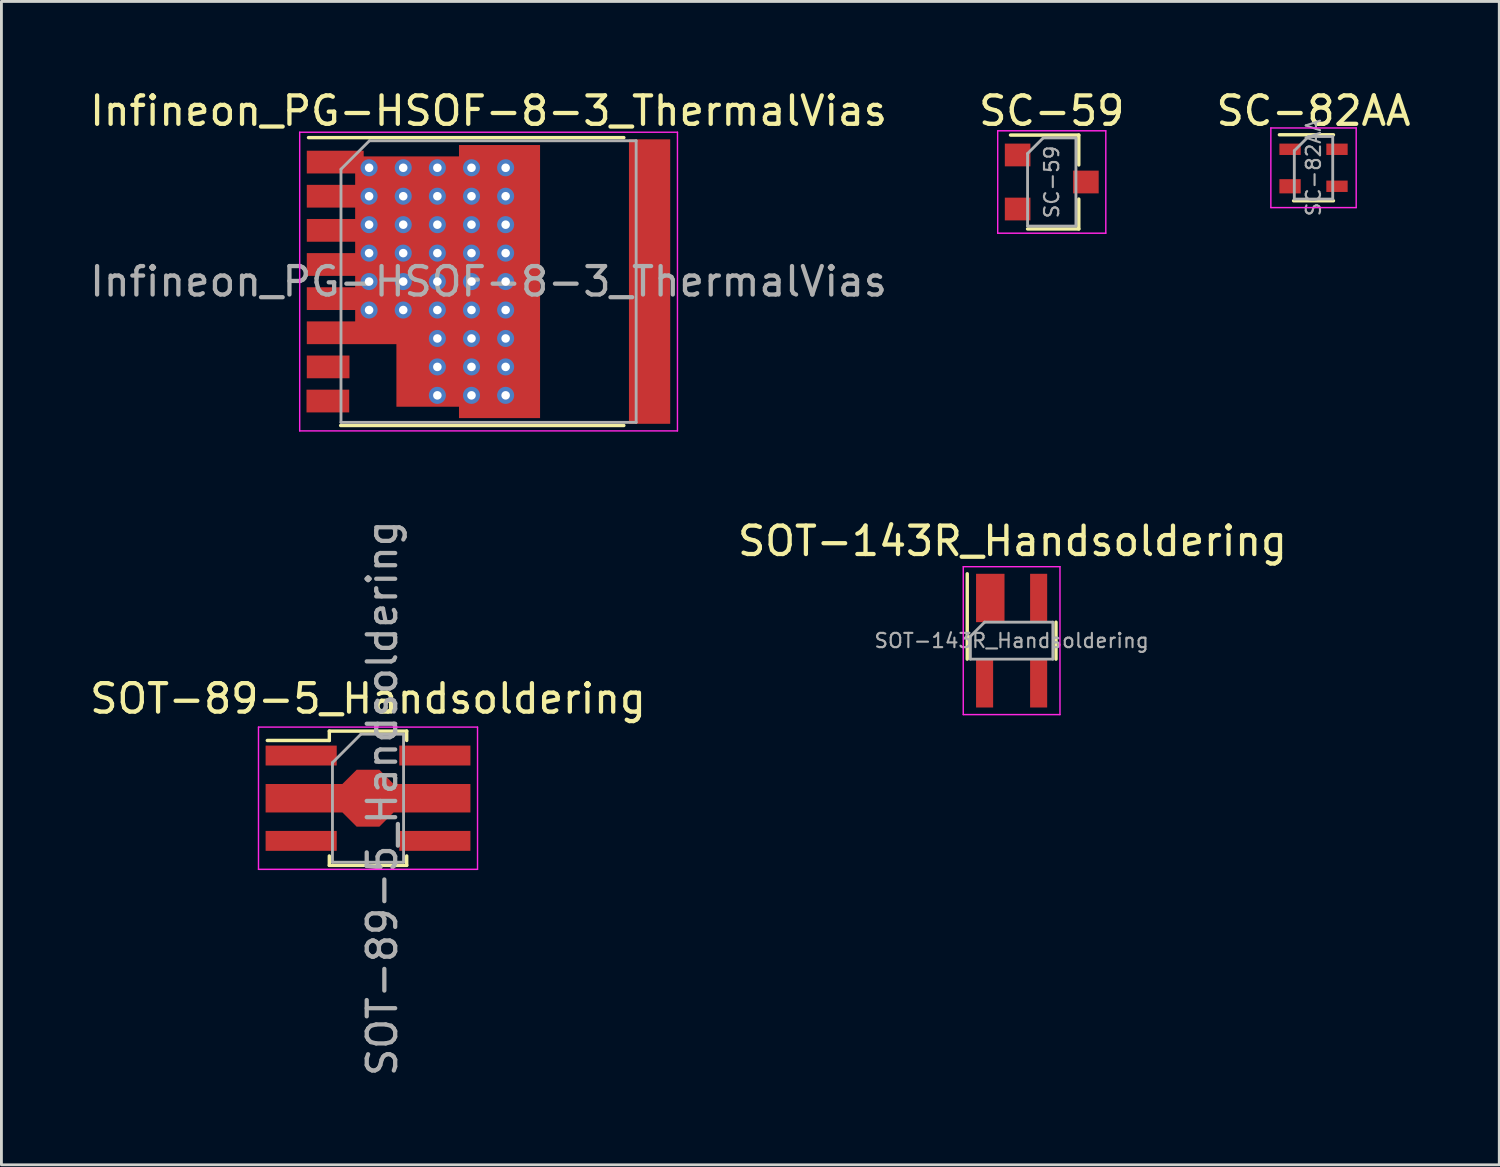
<source format=kicad_pcb>
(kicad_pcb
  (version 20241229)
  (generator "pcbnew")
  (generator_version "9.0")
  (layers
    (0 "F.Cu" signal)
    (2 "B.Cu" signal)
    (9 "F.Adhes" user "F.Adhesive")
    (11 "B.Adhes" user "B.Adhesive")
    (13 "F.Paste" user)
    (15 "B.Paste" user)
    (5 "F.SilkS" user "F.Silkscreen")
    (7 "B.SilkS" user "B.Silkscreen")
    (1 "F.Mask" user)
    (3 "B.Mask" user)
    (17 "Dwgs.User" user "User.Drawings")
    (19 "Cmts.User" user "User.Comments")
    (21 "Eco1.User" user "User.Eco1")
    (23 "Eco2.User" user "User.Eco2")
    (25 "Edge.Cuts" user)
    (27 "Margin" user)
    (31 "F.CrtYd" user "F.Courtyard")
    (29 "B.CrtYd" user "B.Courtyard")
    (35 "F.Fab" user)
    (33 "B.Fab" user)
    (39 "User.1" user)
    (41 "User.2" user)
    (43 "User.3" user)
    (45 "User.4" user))
  (footprint "SOT-143R_Handsoldering"
    (layer "F.Cu")
    (at 32.512 19.471)
    (property "Reference" "SOT-143R_Handsoldering" (at 0.03 -3.5 0) (layer "F.SilkS") (effects (font (size 1 1) (thickness 0.15))))
    (attr smd)
    (fp_line (start -1.56 -2.35) (end -1.56 0.65) (stroke (width 0.12) (type solid)) (layer "F.SilkS"))
    (fp_line (start 1.56 0.65) (end 1.56 -0.65) (stroke (width 0.12) (type solid)) (layer "F.SilkS"))
    (fp_line (start -1.7 -2.6) (end -1.7 2.6) (stroke (width 0.05) (type solid)) (layer "F.CrtYd"))
    (fp_line (start -1.7 -2.6) (end 1.7 -2.6) (stroke (width 0.05) (type solid)) (layer "F.CrtYd"))
    (fp_line (start 1.7 2.6) (end -1.7 2.6) (stroke (width 0.05) (type solid)) (layer "F.CrtYd"))
    (fp_line (start 1.7 2.6) (end 1.7 -2.6) (stroke (width 0.05) (type solid)) (layer "F.CrtYd"))
    (fp_line (start -1.45 -0.15) (end -1.45 0.65) (stroke (width 0.1) (type solid)) (layer "F.Fab"))
    (fp_line (start -1.45 -0.15) (end -0.95 -0.65) (stroke (width 0.1) (type solid)) (layer "F.Fab"))
    (fp_line (start -0.95 -0.65) (end 1.45 -0.65) (stroke (width 0.1) (type solid)) (layer "F.Fab"))
    (fp_line (start 1.45 -0.65) (end 1.45 0.65) (stroke (width 0.1) (type solid)) (layer "F.Fab"))
    (fp_line (start 1.45 0.65) (end -1.45 0.65) (stroke (width 0.1) (type solid)) (layer "F.Fab"))
    (fp_text user "${REFERENCE}" (at 0 0 0) (layer "F.Fab") (effects (font (size 0.5 0.5) (thickness 0.075))))
    (pad "1" smd rect (at -0.75 -1.5 90) (size 1.7 1) (layers "F.Cu" "F.Mask" "F.Paste"))
    (pad "2" smd rect (at 0.95 -1.5 90) (size 1.7 0.6) (layers "F.Cu" "F.Mask" "F.Paste"))
    (pad "3" smd rect (at 0.95 1.5 90) (size 1.7 0.6) (layers "F.Cu" "F.Mask" "F.Paste"))
    (pad "4" smd rect (at -0.95 1.5 90) (size 1.7 0.6) (layers "F.Cu" "F.Mask" "F.Paste")))
  (footprint "SOT-89-5_Handsoldering"
    (layer "F.Cu")
    (at 9.887 25.01)
    (property "Reference" "SOT-89-5_Handsoldering" (at 0 -3.5 0) (layer "F.SilkS") (effects (font (size 1 1) (thickness 0.15))))
    (attr smd)
    (fp_line (start -3.54 -2.03) (end -1.36 -2.03) (stroke (width 0.12) (type solid)) (layer "F.SilkS"))
    (fp_line (start -1.36 -2.36) (end -1.36 -2.03) (stroke (width 0.12) (type solid)) (layer "F.SilkS"))
    (fp_line (start -1.36 -2.36) (end 1.36 -2.36) (stroke (width 0.12) (type solid)) (layer "F.SilkS"))
    (fp_line (start -1.36 2.36) (end -1.36 2.03) (stroke (width 0.12) (type solid)) (layer "F.SilkS"))
    (fp_line (start 1.36 -2.36) (end 1.36 -2.03) (stroke (width 0.12) (type solid)) (layer "F.SilkS"))
    (fp_line (start 1.36 2.03) (end 1.36 2.36) (stroke (width 0.12) (type solid)) (layer "F.SilkS"))
    (fp_line (start 1.36 2.36) (end -1.36 2.36) (stroke (width 0.12) (type solid)) (layer "F.SilkS"))
    (fp_line (start -3.85 2.5) (end -3.85 -2.5) (stroke (width 0.05) (type solid)) (layer "F.CrtYd"))
    (fp_line (start -3.85 2.5) (end 3.85 2.5) (stroke (width 0.05) (type solid)) (layer "F.CrtYd"))
    (fp_line (start 3.85 -2.5) (end -3.85 -2.5) (stroke (width 0.05) (type solid)) (layer "F.CrtYd"))
    (fp_line (start 3.85 -2.5) (end 3.85 2.5) (stroke (width 0.05) (type solid)) (layer "F.CrtYd"))
    (fp_line (start -1.25 -1.25) (end -0.25 -2.25) (stroke (width 0.1) (type solid)) (layer "F.Fab"))
    (fp_line (start -1.25 2.25) (end -1.25 -1.25) (stroke (width 0.1) (type solid)) (layer "F.Fab"))
    (fp_line (start -0.25 -2.25) (end 1.25 -2.25) (stroke (width 0.1) (type solid)) (layer "F.Fab"))
    (fp_line (start 1.25 -2.25) (end 1.25 2.25) (stroke (width 0.1) (type solid)) (layer "F.Fab"))
    (fp_line (start 1.25 2.25) (end -1.25 2.25) (stroke (width 0.1) (type solid)) (layer "F.Fab"))
    (fp_text user "${REFERENCE}" (at 0.5 0 90) (layer "F.Fab") (effects (font (size 1 1) (thickness 0.15))))
    (pad "1" smd rect (at -2.35 -1.5) (size 2.5 0.7) (layers "F.Cu" "F.Mask" "F.Paste"))
    (pad "2" smd custom (at 0 0) (size 0.8 2) (layers "F.Cu" "F.Mask" "F.Paste") (options (anchor rect)) (primitives (gr_poly (pts (xy 0.9 -0.5) (xy 3.6 -0.5) (xy 3.6 0.5) (xy 0.9 0.5) (xy 0.4 1) (xy -0.4 1) (xy -0.9 0.5) (xy -3.6 0.5) (xy -3.6 -0.5) (xy -0.9 -0.5) (xy -0.4 -1) (xy 0.4 -1)) (width 0) (fill yes))))
    (pad "3" smd rect (at -2.35 1.5) (size 2.5 0.7) (layers "F.Cu" "F.Mask" "F.Paste"))
    (pad "4" smd rect (at 2.35 1.5) (size 2.5 0.7) (layers "F.Cu" "F.Mask" "F.Paste"))
    (pad "5" smd rect (at 2.35 -1.5) (size 2.5 0.7) (layers "F.Cu" "F.Mask" "F.Paste")))
  (footprint "Infineon_PG-HSOF-8-3_ThermalVias"
    (layer "F.Cu")
    (at 14.125 6.848)
    (property "Reference" "Infineon_PG-HSOF-8-3_ThermalVias" (at 0 -6 0) (layer "F.SilkS") (effects (font (size 1 1) (thickness 0.15))))
    (attr smd)
    (fp_line (start -5.2 5.06) (end 4.755 5.06) (stroke (width 0.12) (type solid)) (layer "F.SilkS"))
    (fp_line (start 4.755 -5.06) (end -6.33 -5.06) (stroke (width 0.12) (type solid)) (layer "F.SilkS"))
    (fp_line (start -6.64 5.25) (end -6.64 -5.25) (stroke (width 0.05) (type solid)) (layer "F.CrtYd"))
    (fp_line (start -6.64 5.25) (end 6.64 5.25) (stroke (width 0.05) (type solid)) (layer "F.CrtYd"))
    (fp_line (start 6.64 -5.25) (end -6.64 -5.25) (stroke (width 0.05) (type solid)) (layer "F.CrtYd"))
    (fp_line (start 6.64 -5.25) (end 6.64 5.25) (stroke (width 0.05) (type solid)) (layer "F.CrtYd"))
    (fp_line (start -5.188 4.95) (end -5.188 -3.95) (stroke (width 0.1) (type solid)) (layer "F.Fab"))
    (fp_line (start -4.188 -4.95) (end -5.188 -3.95) (stroke (width 0.1) (type solid)) (layer "F.Fab"))
    (fp_line (start -4.188 -4.95) (end 5.188 -4.95) (stroke (width 0.1) (type solid)) (layer "F.Fab"))
    (fp_line (start 5.188 -4.95) (end 5.188 4.95) (stroke (width 0.1) (type solid)) (layer "F.Fab"))
    (fp_line (start 5.188 4.95) (end -5.188 4.95) (stroke (width 0.1) (type solid)) (layer "F.Fab"))
    (fp_text user "${REFERENCE}" (at 0 0 0) (layer "F.Fab") (effects (font (size 1 1) (thickness 0.15))))
    (pad "" smd rect (at -5.44 -4.2) (size 1.8 0.8) (layers "F.Paste"))
    (pad "" smd rect (at -5.44 -3) (size 1.8 0.8) (layers "F.Paste"))
    (pad "" smd rect (at -5.44 -1.8) (size 1.8 0.8) (layers "F.Paste"))
    (pad "" smd rect (at -5.44 -0.6) (size 1.8 0.8) (layers "F.Paste"))
    (pad "" smd rect (at -5.44 0.6) (size 1.8 0.8) (layers "F.Paste"))
    (pad "" smd rect (at -5.44 1.8) (size 1.8 0.8) (layers "F.Paste"))
    (pad "" smd rect (at -3.6 -2.25) (size 0.8 4.1) (layers "F.Paste"))
    (pad "" smd rect (at -3.6 1.15) (size 0.8 1.9) (layers "F.Paste"))
    (pad "" smd rect (at -2.4 -2.25) (size 0.8 4.1) (layers "F.Paste"))
    (pad "" smd rect (at -2.4 2.25) (size 0.8 4.1) (layers "F.Paste"))
    (pad "" smd rect (at -1.2 -2.25) (size 0.8 4.1) (layers "F.Paste"))
    (pad "" smd rect (at -1.2 2.25) (size 0.8 4.1) (layers "F.Paste"))
    (pad "" smd rect (at 0 -2.45) (size 0.8 4.5) (layers "F.Paste"))
    (pad "" smd rect (at 0 2.45) (size 0.8 4.5) (layers "F.Paste"))
    (pad "" smd rect (at 1.26 -2.45) (size 0.8 4.5) (layers "F.Paste"))
    (pad "" smd rect (at 1.26 2.45) (size 0.8 4.5) (layers "F.Paste"))
    (pad "" smd rect (at 5.65 -4) (size 1.35 1.5) (layers "F.Paste"))
    (pad "" smd rect (at 5.65 4) (size 1.35 1.5) (layers "F.Paste"))
    (pad "" smd rect (at 5.66 -2) (size 1.35 1.5) (layers "F.Paste"))
    (pad "" smd rect (at 5.66 0) (size 1.35 1.5) (layers "F.Paste"))
    (pad "" smd rect (at 5.66 2) (size 1.35 1.5) (layers "F.Paste"))
    (pad "1" thru_hole circle (at -4.2 -4) (size 0.6 0.6) (drill 0.3) (layers "*.Cu"))
    (pad "1" thru_hole circle (at -4.2 -3) (size 0.6 0.6) (drill 0.3) (layers "*.Cu"))
    (pad "1" thru_hole circle (at -4.2 -2) (size 0.6 0.6) (drill 0.3) (layers "*.Cu"))
    (pad "1" thru_hole circle (at -4.2 -1) (size 0.6 0.6) (drill 0.3) (layers "*.Cu"))
    (pad "1" thru_hole circle (at -4.2 0) (size 0.6 0.6) (drill 0.3) (layers "*.Cu"))
    (pad "1" thru_hole circle (at -4.2 1) (size 0.6 0.6) (drill 0.3) (layers "*.Cu"))
    (pad "1" thru_hole circle (at -3 -4) (size 0.6 0.6) (drill 0.3) (layers "*.Cu"))
    (pad "1" thru_hole circle (at -3 -3) (size 0.6 0.6) (drill 0.3) (layers "*.Cu"))
    (pad "1" thru_hole circle (at -3 -2) (size 0.6 0.6) (drill 0.3) (layers "*.Cu"))
    (pad "1" thru_hole circle (at -3 -1) (size 0.6 0.6) (drill 0.3) (layers "*.Cu"))
    (pad "1" thru_hole circle (at -3 0) (size 0.6 0.6) (drill 0.3) (layers "*.Cu"))
    (pad "1" thru_hole circle (at -3 1) (size 0.6 0.6) (drill 0.3) (layers "*.Cu"))
    (pad "1" thru_hole circle (at -1.8 -4) (size 0.6 0.6) (drill 0.3) (layers "*.Cu"))
    (pad "1" thru_hole circle (at -1.8 -3) (size 0.6 0.6) (drill 0.3) (layers "*.Cu"))
    (pad "1" thru_hole circle (at -1.8 -2) (size 0.6 0.6) (drill 0.3) (layers "*.Cu"))
    (pad "1" thru_hole circle (at -1.8 -1) (size 0.6 0.6) (drill 0.3) (layers "*.Cu"))
    (pad "1" thru_hole circle (at -1.8 0) (size 0.6 0.6) (drill 0.3) (layers "*.Cu"))
    (pad "1" thru_hole circle (at -1.8 1) (size 0.6 0.6) (drill 0.3) (layers "*.Cu"))
    (pad "1" thru_hole circle (at -1.8 2) (size 0.6 0.6) (drill 0.3) (layers "*.Cu"))
    (pad "1" thru_hole circle (at -1.8 3) (size 0.6 0.6) (drill 0.3) (layers "*.Cu"))
    (pad "1" thru_hole circle (at -1.8 4) (size 0.6 0.6) (drill 0.3) (layers "*.Cu"))
    (pad "1" thru_hole circle (at -0.6 -4) (size 0.6 0.6) (drill 0.3) (layers "*.Cu"))
    (pad "1" thru_hole circle (at -0.6 -3) (size 0.6 0.6) (drill 0.3) (layers "*.Cu"))
    (pad "1" thru_hole circle (at -0.6 -2) (size 0.6 0.6) (drill 0.3) (layers "*.Cu"))
    (pad "1" thru_hole circle (at -0.6 -1) (size 0.6 0.6) (drill 0.3) (layers "*.Cu"))
    (pad "1" thru_hole circle (at -0.6 0) (size 0.6 0.6) (drill 0.3) (layers "*.Cu"))
    (pad "1" thru_hole circle (at -0.6 1) (size 0.6 0.6) (drill 0.3) (layers "*.Cu"))
    (pad "1" thru_hole circle (at -0.6 2) (size 0.6 0.6) (drill 0.3) (layers "*.Cu"))
    (pad "1" thru_hole circle (at -0.6 3) (size 0.6 0.6) (drill 0.3) (layers "*.Cu"))
    (pad "1" thru_hole circle (at -0.6 4) (size 0.6 0.6) (drill 0.3) (layers "*.Cu"))
    (pad "1" smd custom (at 0.385 0) (size 2.85 9.6) (layers "F.Cu" "F.Mask") (options (anchor rect)) (primitives (gr_poly (pts (xy -4.775 -4.4) (xy -1.425 -4.4) (xy -1.425 4.4) (xy -3.625 4.4) (xy -3.625 2.2) (xy -6.775 2.2) (xy -6.775 1.4) (xy -5.075 1.4) (xy -5.075 1) (xy -6.775 1) (xy -6.775 0.2) (xy -5.075 0.2) (xy -5.075 -0.2) (xy -6.775 -0.2) (xy -6.775 -1) (xy -5.075 -1) (xy -5.075 -1.4) (xy -6.775 -1.4) (xy -6.775 -2.2) (xy -5.075 -2.2) (xy -5.075 -2.6) (xy -6.775 -2.6) (xy -6.775 -3.4) (xy -5.075 -3.4) (xy -5.075 -3.8) (xy -6.775 -3.8) (xy -6.775 -4.6) (xy -4.775 -4.6)) (width 0) (fill yes))))
    (pad "1" thru_hole circle (at 0.6 -4) (size 0.6 0.6) (drill 0.3) (layers "*.Cu"))
    (pad "1" thru_hole circle (at 0.6 -3) (size 0.6 0.6) (drill 0.3) (layers "*.Cu"))
    (pad "1" thru_hole circle (at 0.6 -2) (size 0.6 0.6) (drill 0.3) (layers "*.Cu"))
    (pad "1" thru_hole circle (at 0.6 -1) (size 0.6 0.6) (drill 0.3) (layers "*.Cu"))
    (pad "1" thru_hole circle (at 0.6 0) (size 0.6 0.6) (drill 0.3) (layers "*.Cu"))
    (pad "1" thru_hole circle (at 0.6 1) (size 0.6 0.6) (drill 0.3) (layers "*.Cu"))
    (pad "1" thru_hole circle (at 0.6 2) (size 0.6 0.6) (drill 0.3) (layers "*.Cu"))
    (pad "1" thru_hole circle (at 0.6 3) (size 0.6 0.6) (drill 0.3) (layers "*.Cu"))
    (pad "1" thru_hole circle (at 0.6 4) (size 0.6 0.6) (drill 0.3) (layers "*.Cu"))
    (pad "2" smd rect (at -5.64 3) (size 1.5 0.8) (layers "F.Cu" "F.Mask" "F.Paste"))
    (pad "3" smd rect (at -5.65 4.2) (size 1.5 0.8) (layers "F.Cu" "F.Mask" "F.Paste"))
    (pad "4" smd rect (at 5.66 0) (size 1.45 10) (layers "F.Cu" "F.Mask")))
  (footprint "SC-59"
    (layer "F.Cu")
    (at 33.923 3.348)
    (property "Reference" "SC-59" (at 0 -2.5 0) (layer "F.SilkS") (effects (font (size 1 1) (thickness 0.15))))
    (attr smd)
    (fp_line (start -1.45 -1.65) (end 0.95 -1.65) (stroke (width 0.12) (type solid)) (layer "F.SilkS"))
    (fp_line (start -0.85 1.65) (end 0.95 1.65) (stroke (width 0.12) (type solid)) (layer "F.SilkS"))
    (fp_line (start 0.95 -1.65) (end 0.95 -0.6) (stroke (width 0.12) (type solid)) (layer "F.SilkS"))
    (fp_line (start 0.95 1.65) (end 0.95 0.6) (stroke (width 0.12) (type solid)) (layer "F.SilkS"))
    (fp_line (start -1.9 -1.8) (end -1.9 1.8) (stroke (width 0.05) (type solid)) (layer "F.CrtYd"))
    (fp_line (start -1.9 -1.8) (end 1.9 -1.8) (stroke (width 0.05) (type solid)) (layer "F.CrtYd"))
    (fp_line (start 1.9 1.8) (end -1.9 1.8) (stroke (width 0.05) (type solid)) (layer "F.CrtYd"))
    (fp_line (start 1.9 1.8) (end 1.9 -1.8) (stroke (width 0.05) (type solid)) (layer "F.CrtYd"))
    (fp_line (start -0.85 1.55) (end -0.85 -1) (stroke (width 0.1) (type solid)) (layer "F.Fab"))
    (fp_line (start -0.85 1.55) (end 0.85 1.55) (stroke (width 0.1) (type solid)) (layer "F.Fab"))
    (fp_line (start -0.3 -1.55) (end -0.85 -1) (stroke (width 0.1) (type solid)) (layer "F.Fab"))
    (fp_line (start -0.3 -1.55) (end 0.85 -1.55) (stroke (width 0.1) (type solid)) (layer "F.Fab"))
    (fp_line (start 0.85 -1.52) (end 0.85 1.52) (stroke (width 0.1) (type solid)) (layer "F.Fab"))
    (fp_text user "${REFERENCE}" (at 0 0 90) (layer "F.Fab") (effects (font (size 0.5 0.5) (thickness 0.075))))
    (pad "1" smd rect (at -1.2 -0.95) (size 0.9 0.8) (layers "F.Cu" "F.Mask" "F.Paste"))
    (pad "2" smd rect (at -1.2 0.95) (size 0.9 0.8) (layers "F.Cu" "F.Mask" "F.Paste"))
    (pad "3" smd rect (at 1.2 0) (size 0.9 0.8) (layers "F.Cu" "F.Mask" "F.Paste")))
  (footprint "SC-82AA"
    (layer "F.Cu")
    (at 43.125 2.848)
    (property "Reference" "SC-82AA" (at 0 -2 0) (layer "F.SilkS") (effects (font (size 1 1) (thickness 0.15))))
    (attr smd)
    (fp_line (start -0.7 1.16) (end 0.7 1.16) (stroke (width 0.12) (type solid)) (layer "F.SilkS"))
    (fp_line (start 0.7 -1.16) (end -1.2 -1.16) (stroke (width 0.12) (type solid)) (layer "F.SilkS"))
    (fp_line (start -1.5 -1.4) (end -1.5 1.4) (stroke (width 0.05) (type solid)) (layer "F.CrtYd"))
    (fp_line (start -1.5 -1.4) (end 1.5 -1.4) (stroke (width 0.05) (type solid)) (layer "F.CrtYd"))
    (fp_line (start -1.5 1.4) (end 1.5 1.4) (stroke (width 0.05) (type solid)) (layer "F.CrtYd"))
    (fp_line (start 1.5 1.4) (end 1.5 -1.4) (stroke (width 0.05) (type solid)) (layer "F.CrtYd"))
    (fp_line (start -0.675 -0.6) (end -0.675 1.1) (stroke (width 0.1) (type solid)) (layer "F.Fab"))
    (fp_line (start -0.175 -1.1) (end -0.675 -0.6) (stroke (width 0.1) (type solid)) (layer "F.Fab"))
    (fp_line (start 0.675 -1.1) (end -0.175 -1.1) (stroke (width 0.1) (type solid)) (layer "F.Fab"))
    (fp_line (start 0.675 -1.1) (end 0.675 1.1) (stroke (width 0.1) (type solid)) (layer "F.Fab"))
    (fp_line (start 0.675 1.1) (end -0.675 1.1) (stroke (width 0.1) (type solid)) (layer "F.Fab"))
    (fp_text user "${REFERENCE}" (at 0 0 90) (layer "F.Fab") (effects (font (size 0.5 0.5) (thickness 0.075))))
    (pad "1" smd rect (at -0.825 -0.65) (size 0.75 0.4) (layers "F.Cu" "F.Mask" "F.Paste"))
    (pad "2" smd rect (at -0.825 0.65) (size 0.75 0.5) (layers "F.Cu" "F.Mask" "F.Paste"))
    (pad "3" smd rect (at 0.825 0.65) (size 0.75 0.4) (layers "F.Cu" "F.Mask" "F.Paste"))
    (pad "4" smd rect (at 0.825 -0.65) (size 0.75 0.4) (layers "F.Cu" "F.Mask" "F.Paste")))
  (gr_rect
    (start -3 -3)
    (end 49.655 37.897)
    (stroke (width 0.1) (type default))
    (fill no)
    (layer "Edge.Cuts")))
</source>
